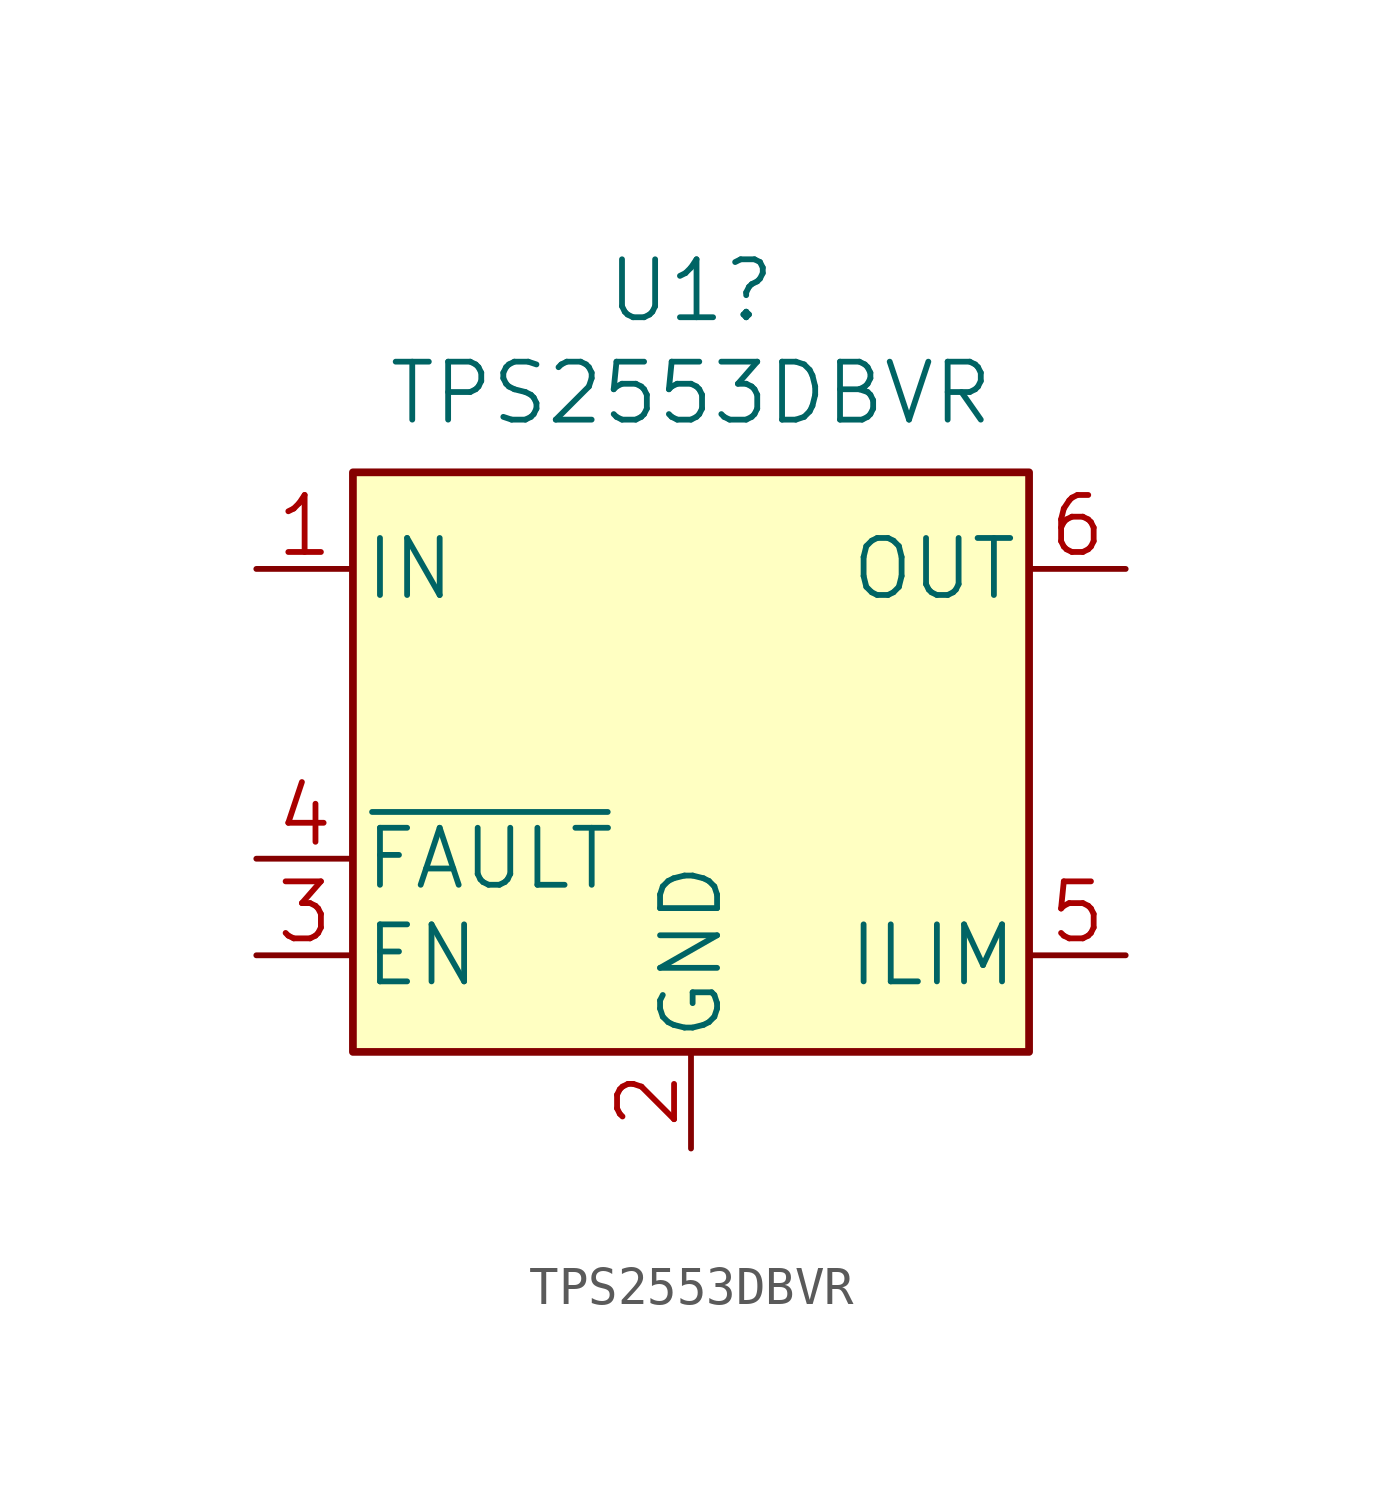
<source format=kicad_sym>
(kicad_symbol_lib
  (version 20211014)
  (generator kicad_symbol_editor)
  (symbol "TPS2553DBVR"
    (pin_names
      (offset 0.254))
    (property "Reference" "U1"
      (at 0 12.395 0)
      (effects (font (size 1.524 1.524))))
    (property "Value" "TPS2553DBVR"
      (at 0 9.703 0)
      (effects (font (size 1.524 1.524))))
    (property "Datasheet" ""
      (at 0 0 0)
      (effects (font (size 1.524 1.524))))
    (property "ki_locked" ""
      (at 0 0 0)
      (effects (font (size 1.27 1.27))))
    (symbol "TPS2553DBVR_1_1"
      (rectangle (start -8.89 -7.62) (end 8.89 7.62) (stroke (width 0.203) (type default) (color 0 0 0 0)) (fill (type background)))
      (pin power_in line (at -11.43 5.08 0) (length 2.54) (name "IN" (effects (font (size 1.499 1.499)))) (number "1" (effects (font (size 1.499 1.499)))))
      (pin power_in line (at 0 -10.16 90) (length 2.54) (name "GND" (effects (font (size 1.499 1.499)))) (number "2" (effects (font (size 1.499 1.499)))))
      (pin input line (at -11.43 -5.08 0) (length 2.54) (name "EN" (effects (font (size 1.499 1.499)))) (number "3" (effects (font (size 1.499 1.499)))))
      (pin open_collector line (at -11.43 -2.54 0) (length 2.54) (name "~{FAULT}" (effects (font (size 1.499 1.499)))) (number "4" (effects (font (size 1.499 1.499)))))
      (pin input line (at 11.43 -5.08 180) (length 2.54) (name "ILIM" (effects (font (size 1.499 1.499)))) (number "5" (effects (font (size 1.499 1.499)))))
      (pin power_out line (at 11.43 5.08 180) (length 2.54) (name "OUT" (effects (font (size 1.499 1.499)))) (number "6" (effects (font (size 1.499 1.499))))))))
</source>
